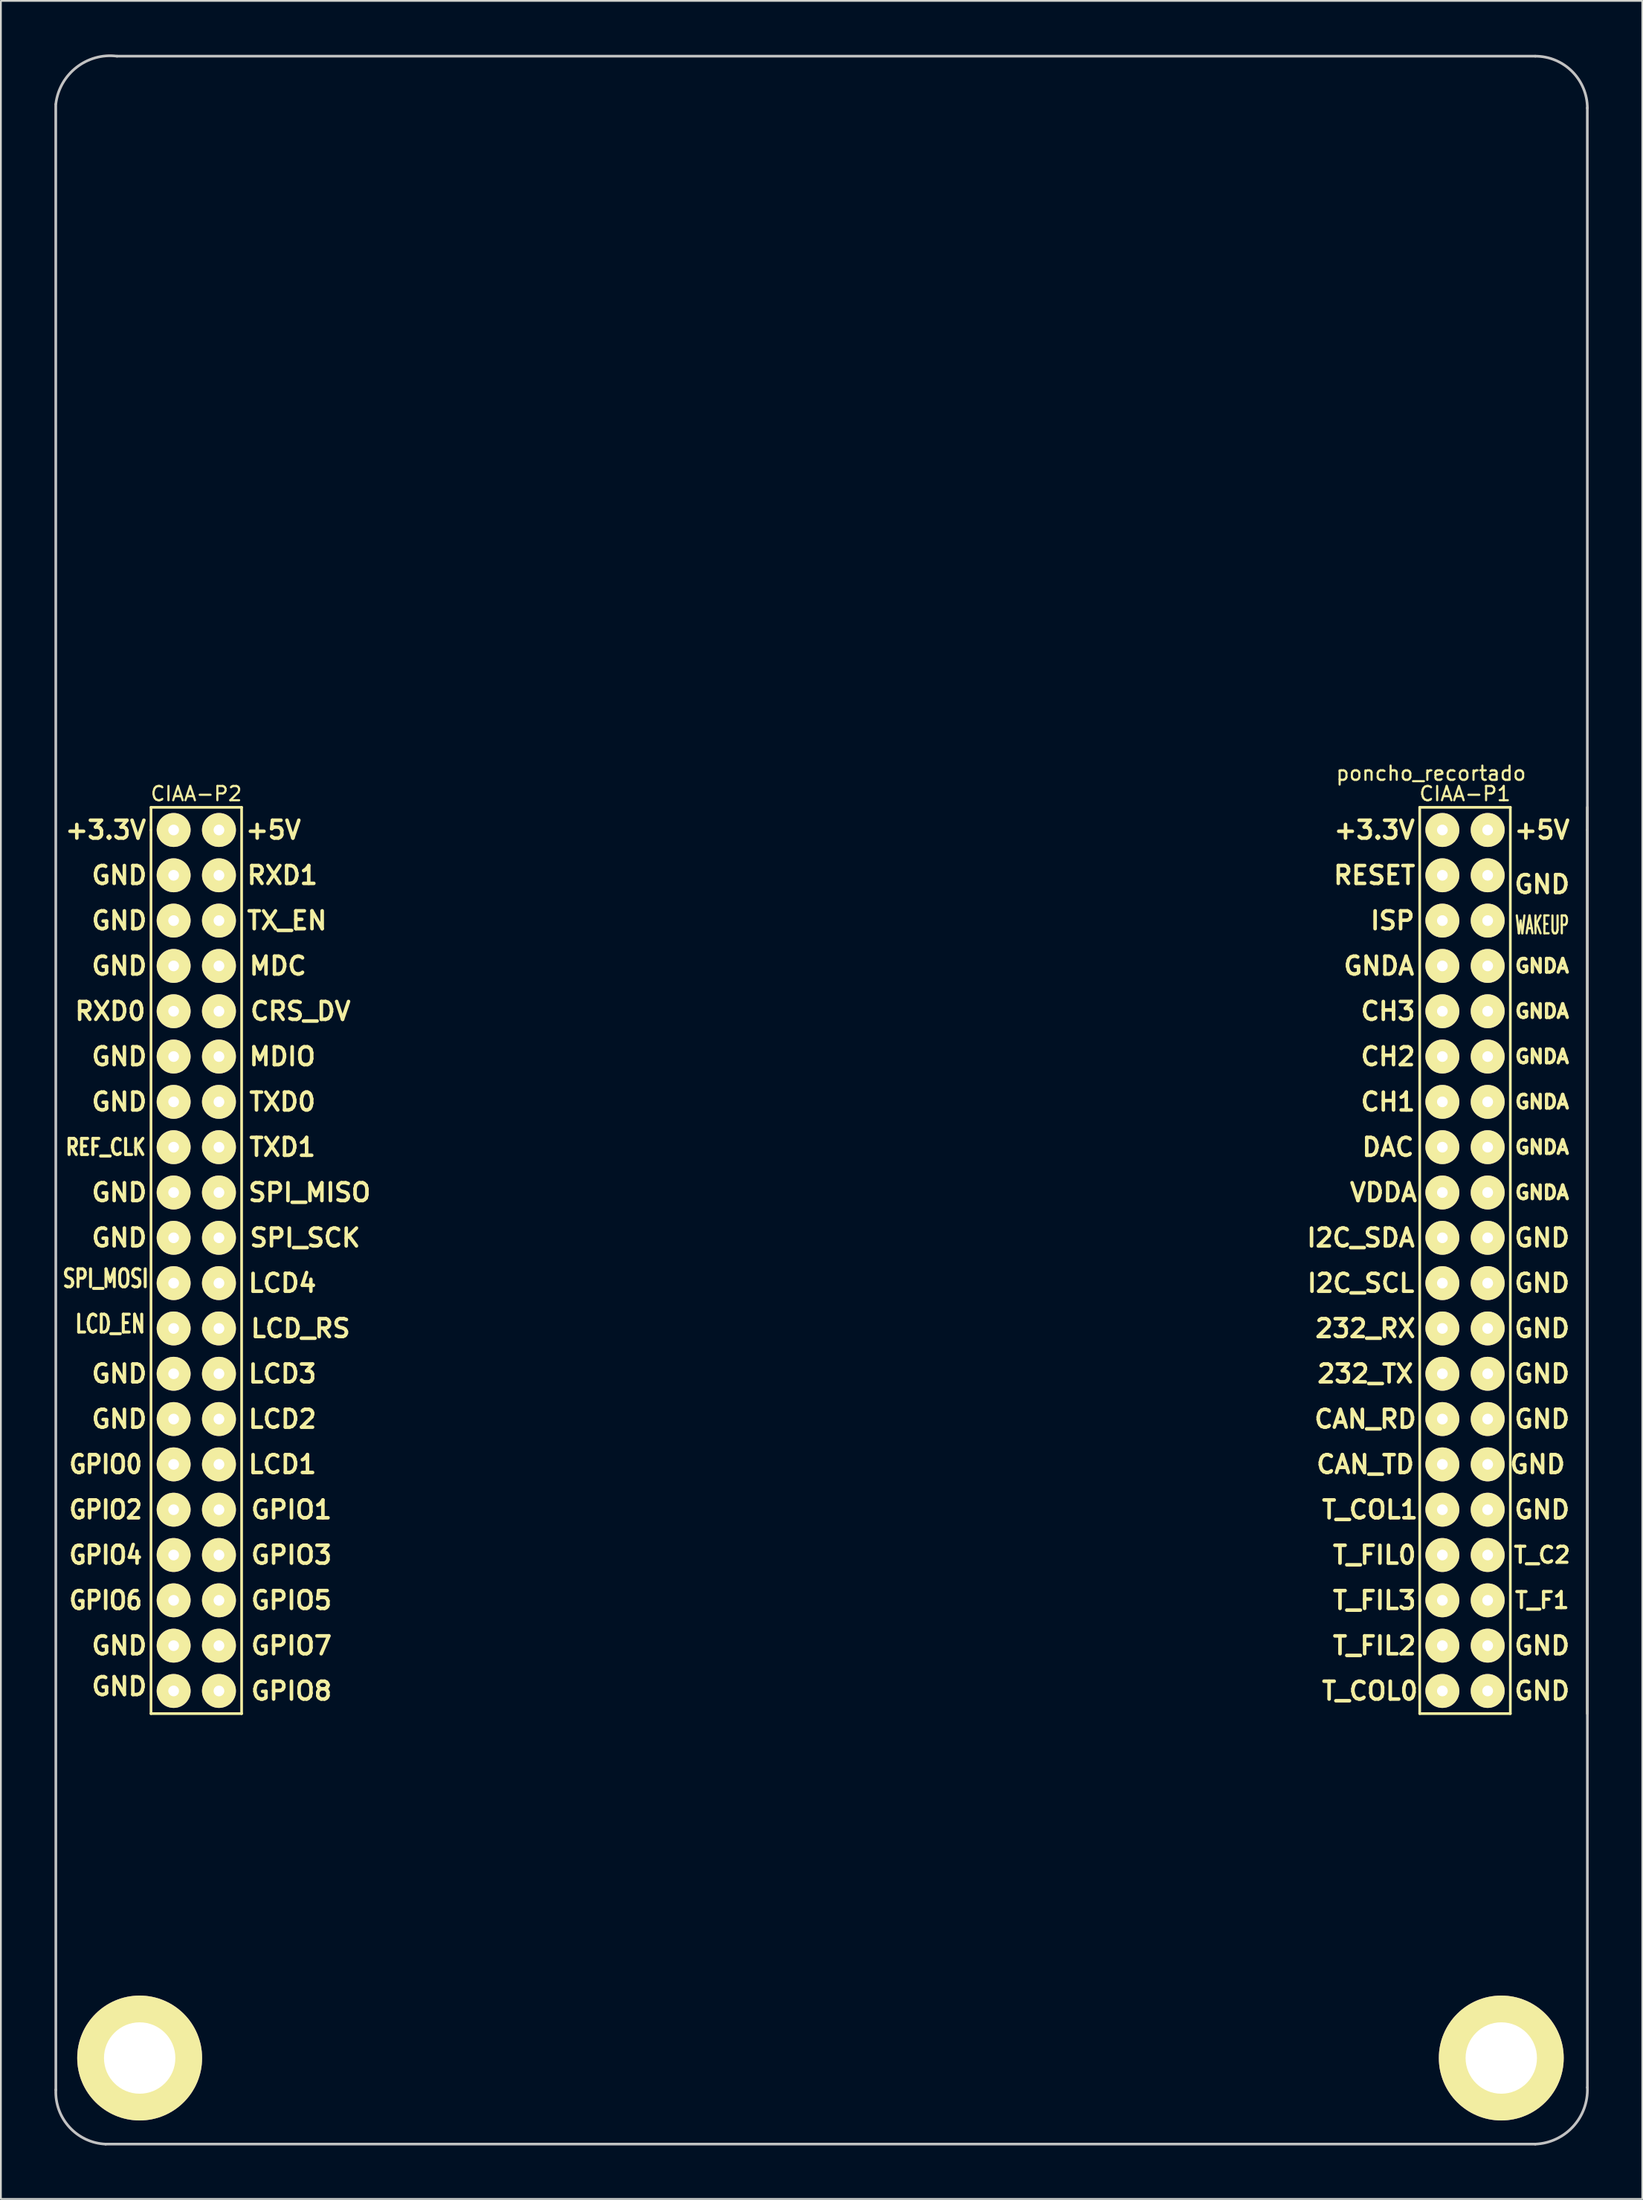
<source format=kicad_pcb>
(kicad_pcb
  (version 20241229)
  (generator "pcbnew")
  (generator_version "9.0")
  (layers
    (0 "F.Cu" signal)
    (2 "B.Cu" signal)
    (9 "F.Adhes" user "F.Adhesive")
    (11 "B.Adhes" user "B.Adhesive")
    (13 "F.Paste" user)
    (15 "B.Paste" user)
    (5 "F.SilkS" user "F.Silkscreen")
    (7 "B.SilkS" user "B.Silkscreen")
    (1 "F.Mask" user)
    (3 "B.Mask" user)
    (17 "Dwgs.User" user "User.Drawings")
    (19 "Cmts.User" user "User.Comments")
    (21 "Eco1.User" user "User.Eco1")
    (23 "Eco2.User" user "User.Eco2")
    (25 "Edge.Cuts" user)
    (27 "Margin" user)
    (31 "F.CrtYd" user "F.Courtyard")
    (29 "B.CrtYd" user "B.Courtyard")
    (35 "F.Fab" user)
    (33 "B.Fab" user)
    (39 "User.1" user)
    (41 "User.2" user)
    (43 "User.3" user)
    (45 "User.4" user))
  (footprint "poncho_recortado"
    (layer "F.Cu")
    (at 77.804 43.472)
    (property "Reference" "poncho_recortado" (at -0.635 -3.175 0) (layer "F.SilkS") (effects (font (size 0.8 0.8) (thickness 0.12))))
    (attr through_hole)
    (fp_line (start -72.39 -1.27) (end -67.31 -1.27) (stroke (width 0.15) (type solid)) (layer "F.SilkS"))
    (fp_line (start -72.39 0) (end -72.39 -1.27) (stroke (width 0.15) (type solid)) (layer "F.SilkS"))
    (fp_line (start -72.39 49.53) (end -72.39 0) (stroke (width 0.15) (type solid)) (layer "F.SilkS"))
    (fp_line (start -67.31 -1.27) (end -67.31 49.53) (stroke (width 0.15) (type solid)) (layer "F.SilkS"))
    (fp_line (start -67.31 49.53) (end -72.39 49.53) (stroke (width 0.15) (type solid)) (layer "F.SilkS"))
    (fp_line (start -1.27 49.53) (end -1.27 -1.27) (stroke (width 0.15) (type solid)) (layer "F.SilkS"))
    (fp_line (start 3.81 -1.27) (end -1.27 -1.27) (stroke (width 0.15) (type solid)) (layer "F.SilkS"))
    (fp_line (start 3.81 49.53) (end -1.27 49.53) (stroke (width 0.15) (type solid)) (layer "F.SilkS"))
    (fp_line (start 3.81 49.53) (end 3.81 -1.27) (stroke (width 0.15) (type solid)) (layer "F.SilkS"))
    (fp_line (start 8.128 0) (end 8.128 -1.27) (stroke (width 0.15) (type solid)) (layer "F.SilkS"))
    (fp_line (start 8.128 0) (end 8.128 49.53) (stroke (width 0.15) (type solid)) (layer "F.SilkS"))
    (fp_line (start -77.724 70.612) (end -77.729 -40.663) (stroke (width 0.15) (type solid)) (layer "Dwgs.User"))
    (fp_line (start -74.295 -43.373) (end 5.207 -43.373) (stroke (width 0.15) (type solid)) (layer "Dwgs.User"))
    (fp_line (start 5.207 73.66) (end -74.93 73.66) (stroke (width 0.15) (type solid)) (layer "Dwgs.User"))
    (fp_line (start 8.125 -40.48) (end 8.128 70.485) (stroke (width 0.15) (type solid)) (layer "Dwgs.User"))
    (fp_arc (start -77.724 -40.706) (mid -76.561854 -42.749669) (end -74.295 -43.373) (stroke (width 0.15) (type solid)) (layer "Dwgs.User"))
    (fp_arc (start -74.93 73.66) (mid -76.958261 72.714656) (end -77.724 70.612) (stroke (width 0.15) (type solid)) (layer "Dwgs.User"))
    (fp_arc (start 5.207 -43.373) (mid 7.272459 -42.517459) (end 8.128 -40.452) (stroke (width 0.15) (type solid)) (layer "Dwgs.User"))
    (fp_arc (start 8.128 70.485) (mid 7.325064 72.677459) (end 5.207 73.66) (stroke (width 0.15) (type solid)) (layer "Dwgs.User"))
    (fp_text user "LCD1" (at -65.024 35.56 0) (layer "F.SilkS") (effects (font (size 1 1) (thickness 0.2))))
    (fp_text user "GND" (at -74.168 12.7 0) (layer "F.SilkS") (effects (font (size 1 1) (thickness 0.2))))
    (fp_text user "VDDA" (at -3.302 20.32 0) (layer "F.SilkS") (effects (font (size 1 1) (thickness 0.2))))
    (fp_text user "GPIO7" (at -64.516 45.72 0) (layer "F.SilkS") (effects (font (size 1 1) (thickness 0.2))))
    (fp_text user "GPIO2" (at -74.93 38.1 0) (layer "F.SilkS") (effects (font (size 1 0.9) (thickness 0.2))))
    (fp_text user "GND" (at -74.168 22.86 0) (layer "F.SilkS") (effects (font (size 1 1) (thickness 0.2))))
    (fp_text user "T_FIL2" (at -3.81 45.72 0) (layer "F.SilkS") (effects (font (size 1 1) (thickness 0.2))))
    (fp_text user "TXD0" (at -65.024 15.24 0) (layer "F.SilkS") (effects (font (size 1 1) (thickness 0.2))))
    (fp_text user "GND" (at -74.168 7.62 0) (layer "F.SilkS") (effects (font (size 1 1) (thickness 0.2))))
    (fp_text user "+3.3V" (at -74.93 0 0) (layer "F.SilkS") (effects (font (size 1 1) (thickness 0.2))))
    (fp_text user "GNDA" (at 5.588 15.24 0) (layer "F.SilkS") (effects (font (size 0.76 0.76) (thickness 0.19))))
    (fp_text user "RXD0" (at -74.676 10.16 0) (layer "F.SilkS") (effects (font (size 1 1) (thickness 0.2))))
    (fp_text user "SPI_MISO" (at -63.5 20.32 0) (layer "F.SilkS") (effects (font (size 1 1) (thickness 0.2))))
    (fp_text user "GPIO0" (at -74.93 35.56 0) (layer "F.SilkS") (effects (font (size 1 0.9) (thickness 0.2))))
    (fp_text user "CIAA-P2" (at -69.85 -2.032 0) (layer "F.SilkS") (effects (font (size 0.8 0.8) (thickness 0.12))))
    (fp_text user "RXD1" (at -65.024 2.54 0) (layer "F.SilkS") (effects (font (size 1 1) (thickness 0.2))))
    (fp_text user "GPIO8" (at -64.516 48.26 0) (layer "F.SilkS") (effects (font (size 1 1) (thickness 0.2))))
    (fp_text user "ISP" (at -2.794 5.08 0) (layer "F.SilkS") (effects (font (size 1 1) (thickness 0.2))))
    (fp_text user "GND" (at 5.588 38.1 0) (layer "F.SilkS") (effects (font (size 1 1) (thickness 0.2))))
    (fp_text user "+5V" (at -65.532 0 0) (layer "F.SilkS") (effects (font (size 1 1) (thickness 0.2))))
    (fp_text user "T_COL1" (at -4.064 38.1 0) (layer "F.SilkS") (effects (font (size 1 1) (thickness 0.2))))
    (fp_text user "CAN_RD" (at -4.318 33.02 0) (layer "F.SilkS") (effects (font (size 1 1) (thickness 0.2))))
    (fp_text user "GND" (at -74.168 30.48 0) (layer "F.SilkS") (effects (font (size 1 1) (thickness 0.2))))
    (fp_text user "T_COL0" (at -4.064 48.26 0) (layer "F.SilkS") (effects (font (size 1 1) (thickness 0.2))))
    (fp_text user "TX_EN" (at -64.77 5.08 0) (layer "F.SilkS") (effects (font (size 1 1) (thickness 0.2))))
    (fp_text user "GND" (at -74.168 48.006 0) (layer "F.SilkS") (effects (font (size 1 1) (thickness 0.2))))
    (fp_text user "SPI_MOSI" (at -74.93 25.146 0) (layer "F.SilkS") (effects (font (size 1 0.7) (thickness 0.17))))
    (fp_text user "GND" (at 5.588 33.02 0) (layer "F.SilkS") (effects (font (size 1 1) (thickness 0.2))))
    (fp_text user "GND" (at 5.334 35.56 0) (layer "F.SilkS") (effects (font (size 1 1) (thickness 0.2))))
    (fp_text user "GND" (at 5.588 27.94 0) (layer "F.SilkS") (effects (font (size 1 1) (thickness 0.2))))
    (fp_text user "SPI_SCK" (at -63.754 22.86 0) (layer "F.SilkS") (effects (font (size 1 1) (thickness 0.2))))
    (fp_text user "GPIO4" (at -74.93 40.64 0) (layer "F.SilkS") (effects (font (size 1 0.9) (thickness 0.2))))
    (fp_text user "+3.3V" (at -3.81 0 0) (layer "F.SilkS") (effects (font (size 1 1) (thickness 0.2))))
    (fp_text user "232_RX" (at -4.318 27.94 0) (layer "F.SilkS") (effects (font (size 1 1) (thickness 0.2))))
    (fp_text user "LCD_RS" (at -64.008 27.94 0) (layer "F.SilkS") (effects (font (size 1 1) (thickness 0.2))))
    (fp_text user "GND" (at 5.588 3.048 0) (layer "F.SilkS") (effects (font (size 1 1) (thickness 0.2))))
    (fp_text user "CAN_TD" (at -4.318 35.56 0) (layer "F.SilkS") (effects (font (size 1 1) (thickness 0.2))))
    (fp_text user "GND" (at -74.168 15.24 0) (layer "F.SilkS") (effects (font (size 1 1) (thickness 0.2))))
    (fp_text user "TXD1" (at -65.024 17.78 0) (layer "F.SilkS") (effects (font (size 1 1) (thickness 0.2))))
    (fp_text user "GND" (at 5.588 48.26 0) (layer "F.SilkS") (effects (font (size 1 1) (thickness 0.2))))
    (fp_text user "CH2" (at -3.048 12.7 0) (layer "F.SilkS") (effects (font (size 1 1) (thickness 0.2))))
    (fp_text user "DAC" (at -3.048 17.78 0) (layer "F.SilkS") (effects (font (size 1 1) (thickness 0.2))))
    (fp_text user "GND" (at 5.588 30.48 0) (layer "F.SilkS") (effects (font (size 1 1) (thickness 0.2))))
    (fp_text user "GPIO5" (at -64.516 43.18 0) (layer "F.SilkS") (effects (font (size 1 1) (thickness 0.2))))
    (fp_text user "T_C2" (at 5.588 40.64 0) (layer "F.SilkS") (effects (font (size 0.9 0.9) (thickness 0.18))))
    (fp_text user "GNDA" (at 5.588 17.78 0) (layer "F.SilkS") (effects (font (size 0.76 0.76) (thickness 0.19))))
    (fp_text user "GNDA" (at -3.556 7.62 0) (layer "F.SilkS") (effects (font (size 1 1) (thickness 0.2))))
    (fp_text user "GND" (at -74.168 20.32 0) (layer "F.SilkS") (effects (font (size 1 1) (thickness 0.2))))
    (fp_text user "GND" (at -74.168 5.08 0) (layer "F.SilkS") (effects (font (size 1 1) (thickness 0.2))))
    (fp_text user "GND" (at -74.168 33.02 0) (layer "F.SilkS") (effects (font (size 1 1) (thickness 0.2))))
    (fp_text user "GND" (at 5.588 25.4 0) (layer "F.SilkS") (effects (font (size 1 1) (thickness 0.2))))
    (fp_text user "GNDA" (at 5.588 10.16 0) (layer "F.SilkS") (effects (font (size 0.76 0.76) (thickness 0.19))))
    (fp_text user "T_F1" (at 5.588 43.18 0) (layer "F.SilkS") (effects (font (size 0.9 0.9) (thickness 0.18))))
    (fp_text user "LCD4" (at -65.024 25.4 0) (layer "F.SilkS") (effects (font (size 1 1) (thickness 0.2))))
    (fp_text user "GND" (at -74.168 2.54 0) (layer "F.SilkS") (effects (font (size 1 1) (thickness 0.2))))
    (fp_text user "232_TX" (at -4.318 30.48 0) (layer "F.SilkS") (effects (font (size 1 1) (thickness 0.2))))
    (fp_text user "+5V" (at 5.588 0 0) (layer "F.SilkS") (effects (font (size 1 1) (thickness 0.2))))
    (fp_text user "WAKEUP" (at 5.588 5.334 0) (layer "F.SilkS") (effects (font (size 1 0.5) (thickness 0.125))))
    (fp_text user "LCD2" (at -65.024 33.02 0) (layer "F.SilkS") (effects (font (size 1 1) (thickness 0.2))))
    (fp_text user "GNDA" (at 5.588 20.32 0) (layer "F.SilkS") (effects (font (size 0.76 0.76) (thickness 0.19))))
    (fp_text user "GND" (at 5.588 22.86 0) (layer "F.SilkS") (effects (font (size 1 1) (thickness 0.2))))
    (fp_text user "CRS_DV" (at -64.008 10.16 0) (layer "F.SilkS") (effects (font (size 1 1) (thickness 0.2))))
    (fp_text user "LCD3" (at -65.024 30.48 0) (layer "F.SilkS") (effects (font (size 1 1) (thickness 0.2))))
    (fp_text user "GND" (at -74.168 45.72 0) (layer "F.SilkS") (effects (font (size 1 1) (thickness 0.2))))
    (fp_text user "MDIO" (at -65.024 12.7 0) (layer "F.SilkS") (effects (font (size 1 1) (thickness 0.2))))
    (fp_text user "GPIO1" (at -64.516 38.1 0) (layer "F.SilkS") (effects (font (size 1 1) (thickness 0.2))))
    (fp_text user "MDC" (at -65.278 7.62 0) (layer "F.SilkS") (effects (font (size 1 1) (thickness 0.2))))
    (fp_text user "CH3" (at -3.048 10.16 0) (layer "F.SilkS") (effects (font (size 1 1) (thickness 0.2))))
    (fp_text user "GNDA" (at 5.588 12.7 0) (layer "F.SilkS") (effects (font (size 0.76 0.76) (thickness 0.19))))
    (fp_text user "GPIO6" (at -74.93 43.18 0) (layer "F.SilkS") (effects (font (size 1 0.9) (thickness 0.2))))
    (fp_text user "I2C_SDA" (at -4.572 22.86 0) (layer "F.SilkS") (effects (font (size 1 1) (thickness 0.2))))
    (fp_text user "GPIO3" (at -64.516 40.64 0) (layer "F.SilkS") (effects (font (size 1 1) (thickness 0.2))))
    (fp_text user "CIAA-P1" (at 1.27 -2.032 0) (layer "F.SilkS") (effects (font (size 0.8 0.8) (thickness 0.12))))
    (fp_text user "REF_CLK" (at -74.93 17.78 0) (layer "F.SilkS") (effects (font (size 0.9 0.7) (thickness 0.175))))
    (fp_text user "T_FIL3" (at -3.81 43.18 0) (layer "F.SilkS") (effects (font (size 1 1) (thickness 0.2))))
    (fp_text user "GND" (at 5.588 45.72 0) (layer "F.SilkS") (effects (font (size 1 1) (thickness 0.2))))
    (fp_text user "GNDA" (at 5.588 7.62 0) (layer "F.SilkS") (effects (font (size 0.76 0.76) (thickness 0.19))))
    (fp_text user "RESET" (at -3.81 2.54 0) (layer "F.SilkS") (effects (font (size 1 1) (thickness 0.2))))
    (fp_text user "CH1" (at -3.048 15.24 0) (layer "F.SilkS") (effects (font (size 1 1) (thickness 0.2))))
    (fp_text user "T_FIL0" (at -3.81 40.64 0) (layer "F.SilkS") (effects (font (size 1 1) (thickness 0.2))))
    (fp_text user "I2C_SCL" (at -4.572 25.4 0) (layer "F.SilkS") (effects (font (size 1 1) (thickness 0.2))))
    (fp_text user "LCD_EN" (at -74.676 27.686 0) (layer "F.SilkS") (effects (font (size 1 0.7) (thickness 0.17))))
    (pad "1" thru_hole circle (at 0 0 270) (size 1.9 1.9) (drill 0.6) (layers "*.Cu" "*.Mask" "F.SilkS"))
    (pad "2" thru_hole circle (at 2.54 0 270) (size 1.9 1.9) (drill 0.6) (layers "*.Cu" "*.Mask" "F.SilkS"))
    (pad "3" thru_hole circle (at 0 2.54 270) (size 1.9 1.9) (drill 0.6) (layers "*.Cu" "*.Mask" "F.SilkS"))
    (pad "4" thru_hole circle (at 2.54 2.54 270) (size 1.9 1.9) (drill 0.6) (layers "*.Cu" "*.Mask" "F.SilkS"))
    (pad "5" thru_hole circle (at 0 5.08 270) (size 1.9 1.9) (drill 0.6) (layers "*.Cu" "*.Mask" "F.SilkS"))
    (pad "6" thru_hole circle (at 2.54 5.08 270) (size 1.9 1.9) (drill 0.6) (layers "*.Cu" "*.Mask" "F.SilkS"))
    (pad "7" thru_hole circle (at 0 7.62 270) (size 1.9 1.9) (drill 0.6) (layers "*.Cu" "*.Mask" "F.SilkS"))
    (pad "8" thru_hole circle (at 2.54 7.62 270) (size 1.9 1.9) (drill 0.6) (layers "*.Cu" "*.Mask" "F.SilkS"))
    (pad "9" thru_hole circle (at 0 10.16 270) (size 1.9 1.9) (drill 0.6) (layers "*.Cu" "*.Mask" "F.SilkS"))
    (pad "10" thru_hole circle (at 2.54 10.16 270) (size 1.9 1.9) (drill 0.6) (layers "*.Cu" "*.Mask" "F.SilkS"))
    (pad "11" thru_hole circle (at 0 12.7 270) (size 1.9 1.9) (drill 0.6) (layers "*.Cu" "*.Mask" "F.SilkS"))
    (pad "12" thru_hole circle (at 2.54 12.7 270) (size 1.9 1.9) (drill 0.6) (layers "*.Cu" "*.Mask" "F.SilkS"))
    (pad "13" thru_hole circle (at 0 15.24 270) (size 1.9 1.9) (drill 0.6) (layers "*.Cu" "*.Mask" "F.SilkS"))
    (pad "14" thru_hole circle (at 2.54 15.24 270) (size 1.9 1.9) (drill 0.6) (layers "*.Cu" "*.Mask" "F.SilkS"))
    (pad "15" thru_hole circle (at 0 17.78 270) (size 1.9 1.9) (drill 0.6) (layers "*.Cu" "*.Mask" "F.SilkS"))
    (pad "16" thru_hole circle (at 2.54 17.78 270) (size 1.9 1.9) (drill 0.6) (layers "*.Cu" "*.Mask" "F.SilkS"))
    (pad "17" thru_hole circle (at 0 20.32 270) (size 1.9 1.9) (drill 0.6) (layers "*.Cu" "*.Mask" "F.SilkS"))
    (pad "18" thru_hole circle (at 2.54 20.32 270) (size 1.9 1.9) (drill 0.6) (layers "*.Cu" "*.Mask" "F.SilkS"))
    (pad "19" thru_hole circle (at 0 22.86 270) (size 1.9 1.9) (drill 0.6) (layers "*.Cu" "*.Mask" "F.SilkS"))
    (pad "20" thru_hole circle (at 2.54 22.86 270) (size 1.9 1.9) (drill 0.6) (layers "*.Cu" "*.Mask" "F.SilkS"))
    (pad "21" thru_hole circle (at 0 25.4 270) (size 1.9 1.9) (drill 0.6) (layers "*.Cu" "*.Mask" "F.SilkS"))
    (pad "22" thru_hole circle (at 2.54 25.4 270) (size 1.9 1.9) (drill 0.6) (layers "*.Cu" "*.Mask" "F.SilkS"))
    (pad "23" thru_hole circle (at 0 27.94 270) (size 1.9 1.9) (drill 0.6) (layers "*.Cu" "*.Mask" "F.SilkS"))
    (pad "24" thru_hole circle (at 2.54 27.94 270) (size 1.9 1.9) (drill 0.6) (layers "*.Cu" "*.Mask" "F.SilkS"))
    (pad "25" thru_hole circle (at 0 30.48 270) (size 1.9 1.9) (drill 0.6) (layers "*.Cu" "*.Mask" "F.SilkS"))
    (pad "26" thru_hole circle (at 2.54 30.48 270) (size 1.9 1.9) (drill 0.6) (layers "*.Cu" "*.Mask" "F.SilkS"))
    (pad "27" thru_hole circle (at 0 33.02 270) (size 1.9 1.9) (drill 0.6) (layers "*.Cu" "*.Mask" "F.SilkS"))
    (pad "28" thru_hole circle (at 2.54 33.02 270) (size 1.9 1.9) (drill 0.6) (layers "*.Cu" "*.Mask" "F.SilkS"))
    (pad "29" thru_hole circle (at 0 35.56 270) (size 1.9 1.9) (drill 0.6) (layers "*.Cu" "*.Mask" "F.SilkS"))
    (pad "30" thru_hole circle (at 2.54 35.56 270) (size 1.9 1.9) (drill 0.6) (layers "*.Cu" "*.Mask" "F.SilkS"))
    (pad "31" thru_hole circle (at 0 38.1 270) (size 1.9 1.9) (drill 0.6) (layers "*.Cu" "*.Mask" "F.SilkS"))
    (pad "32" thru_hole circle (at 2.54 38.1 270) (size 1.9 1.9) (drill 0.6) (layers "*.Cu" "*.Mask" "F.SilkS"))
    (pad "33" thru_hole circle (at 0 40.64 270) (size 1.9 1.9) (drill 0.6) (layers "*.Cu" "*.Mask" "F.SilkS"))
    (pad "34" thru_hole circle (at 2.54 40.64 270) (size 1.9 1.9) (drill 0.6) (layers "*.Cu" "*.Mask" "F.SilkS"))
    (pad "35" thru_hole circle (at 0 43.18 270) (size 1.9 1.9) (drill 0.6) (layers "*.Cu" "*.Mask" "F.SilkS"))
    (pad "36" thru_hole circle (at 2.54 43.18 270) (size 1.9 1.9) (drill 0.6) (layers "*.Cu" "*.Mask" "F.SilkS"))
    (pad "37" thru_hole circle (at 0 45.72 270) (size 1.9 1.9) (drill 0.6) (layers "*.Cu" "*.Mask" "F.SilkS"))
    (pad "38" thru_hole circle (at 2.54 45.72 270) (size 1.9 1.9) (drill 0.6) (layers "*.Cu" "*.Mask" "F.SilkS"))
    (pad "39" thru_hole circle (at 0 48.26 270) (size 1.9 1.9) (drill 0.6) (layers "*.Cu" "*.Mask" "F.SilkS"))
    (pad "40" thru_hole circle (at 2.54 48.26 270) (size 1.9 1.9) (drill 0.6) (layers "*.Cu" "*.Mask" "F.SilkS"))
    (pad "41" thru_hole circle (at -71.12 0 270) (size 1.9 1.9) (drill 0.6) (layers "*.Cu" "*.Mask" "F.SilkS"))
    (pad "42" thru_hole circle (at -68.58 0 270) (size 1.9 1.9) (drill 0.6) (layers "*.Cu" "*.Mask" "F.SilkS"))
    (pad "43" thru_hole circle (at -71.12 2.54 270) (size 1.9 1.9) (drill 0.6) (layers "*.Cu" "*.Mask" "F.SilkS"))
    (pad "44" thru_hole circle (at -68.58 2.54 270) (size 1.9 1.9) (drill 0.6) (layers "*.Cu" "*.Mask" "F.SilkS"))
    (pad "45" thru_hole circle (at -71.12 5.08 270) (size 1.9 1.9) (drill 0.6) (layers "*.Cu" "*.Mask" "F.SilkS"))
    (pad "46" thru_hole circle (at -68.58 5.08 270) (size 1.9 1.9) (drill 0.6) (layers "*.Cu" "*.Mask" "F.SilkS"))
    (pad "47" thru_hole circle (at -71.12 7.62 270) (size 1.9 1.9) (drill 0.6) (layers "*.Cu" "*.Mask" "F.SilkS"))
    (pad "48" thru_hole circle (at -68.58 7.62 270) (size 1.9 1.9) (drill 0.6) (layers "*.Cu" "*.Mask" "F.SilkS"))
    (pad "49" thru_hole circle (at -71.12 10.16 270) (size 1.9 1.9) (drill 0.6) (layers "*.Cu" "*.Mask" "F.SilkS"))
    (pad "50" thru_hole circle (at -68.58 10.16 270) (size 1.9 1.9) (drill 0.6) (layers "*.Cu" "*.Mask" "F.SilkS"))
    (pad "51" thru_hole circle (at -71.12 12.7 270) (size 1.9 1.9) (drill 0.6) (layers "*.Cu" "*.Mask" "F.SilkS"))
    (pad "52" thru_hole circle (at -68.58 12.7 270) (size 1.9 1.9) (drill 0.6) (layers "*.Cu" "*.Mask" "F.SilkS"))
    (pad "53" thru_hole circle (at -71.12 15.24 270) (size 1.9 1.9) (drill 0.6) (layers "*.Cu" "*.Mask" "F.SilkS"))
    (pad "54" thru_hole circle (at -68.58 15.24 270) (size 1.9 1.9) (drill 0.6) (layers "*.Cu" "*.Mask" "F.SilkS"))
    (pad "55" thru_hole circle (at -71.12 17.78 270) (size 1.9 1.9) (drill 0.6) (layers "*.Cu" "*.Mask" "F.SilkS"))
    (pad "56" thru_hole circle (at -68.58 17.78 270) (size 1.9 1.9) (drill 0.6) (layers "*.Cu" "*.Mask" "F.SilkS"))
    (pad "57" thru_hole circle (at -71.12 20.32 270) (size 1.9 1.9) (drill 0.6) (layers "*.Cu" "*.Mask" "F.SilkS"))
    (pad "58" thru_hole circle (at -68.58 20.32 270) (size 1.9 1.9) (drill 0.6) (layers "*.Cu" "*.Mask" "F.SilkS"))
    (pad "59" thru_hole circle (at -71.12 22.86 270) (size 1.9 1.9) (drill 0.6) (layers "*.Cu" "*.Mask" "F.SilkS"))
    (pad "60" thru_hole circle (at -68.58 22.86 270) (size 1.9 1.9) (drill 0.6) (layers "*.Cu" "*.Mask" "F.SilkS"))
    (pad "61" thru_hole circle (at -71.12 25.4 270) (size 1.9 1.9) (drill 0.6) (layers "*.Cu" "*.Mask" "F.SilkS"))
    (pad "62" thru_hole circle (at -68.58 25.4 270) (size 1.9 1.9) (drill 0.6) (layers "*.Cu" "*.Mask" "F.SilkS"))
    (pad "63" thru_hole circle (at -71.12 27.94 270) (size 1.9 1.9) (drill 0.6) (layers "*.Cu" "*.Mask" "F.SilkS"))
    (pad "64" thru_hole circle (at -68.58 27.94 270) (size 1.9 1.9) (drill 0.6) (layers "*.Cu" "*.Mask" "F.SilkS"))
    (pad "65" thru_hole circle (at -71.12 30.48 270) (size 1.9 1.9) (drill 0.6) (layers "*.Cu" "*.Mask" "F.SilkS"))
    (pad "66" thru_hole circle (at -68.58 30.48 270) (size 1.9 1.9) (drill 0.6) (layers "*.Cu" "*.Mask" "F.SilkS"))
    (pad "67" thru_hole circle (at -71.12 33.02 270) (size 1.9 1.9) (drill 0.6) (layers "*.Cu" "*.Mask" "F.SilkS"))
    (pad "68" thru_hole circle (at -68.58 33.02 270) (size 1.9 1.9) (drill 0.6) (layers "*.Cu" "*.Mask" "F.SilkS"))
    (pad "69" thru_hole circle (at -71.12 35.56 270) (size 1.9 1.9) (drill 0.6) (layers "*.Cu" "*.Mask" "F.SilkS"))
    (pad "70" thru_hole circle (at -68.58 35.56 270) (size 1.9 1.9) (drill 0.6) (layers "*.Cu" "*.Mask" "F.SilkS"))
    (pad "71" thru_hole circle (at -71.12 38.1 270) (size 1.9 1.9) (drill 0.6) (layers "*.Cu" "*.Mask" "F.SilkS"))
    (pad "72" thru_hole circle (at -68.58 38.1 270) (size 1.9 1.9) (drill 0.6) (layers "*.Cu" "*.Mask" "F.SilkS"))
    (pad "73" thru_hole circle (at -71.12 40.64 270) (size 1.9 1.9) (drill 0.6) (layers "*.Cu" "*.Mask" "F.SilkS"))
    (pad "74" thru_hole circle (at -68.58 40.64 270) (size 1.9 1.9) (drill 0.6) (layers "*.Cu" "*.Mask" "F.SilkS"))
    (pad "75" thru_hole circle (at -71.12 43.18 270) (size 1.9 1.9) (drill 0.6) (layers "*.Cu" "*.Mask" "F.SilkS"))
    (pad "76" thru_hole circle (at -68.58 43.18 270) (size 1.9 1.9) (drill 0.6) (layers "*.Cu" "*.Mask" "F.SilkS"))
    (pad "77" thru_hole circle (at -71.12 45.72 270) (size 1.9 1.9) (drill 0.6) (layers "*.Cu" "*.Mask" "F.SilkS"))
    (pad "78" thru_hole circle (at -68.58 45.72 270) (size 1.9 1.9) (drill 0.6) (layers "*.Cu" "*.Mask" "F.SilkS"))
    (pad "79" thru_hole circle (at -71.12 48.26 270) (size 1.9 1.9) (drill 0.6) (layers "*.Cu" "*.Mask" "F.SilkS"))
    (pad "80" thru_hole circle (at -68.58 48.26 270) (size 1.9 1.9) (drill 0.6) (layers "*.Cu" "*.Mask" "F.SilkS"))
    (pad "~" thru_hole circle (at -73.025 68.834 270) (size 7 7) (drill 4) (layers "*.Cu" "*.Mask" "F.SilkS"))
    (pad "~" thru_hole circle (at 3.302 68.834 270) (size 7 7) (drill 4) (layers "*.Cu" "*.Mask" "F.SilkS")))
  (gr_rect
    (start -3 -3)
    (end 89.01 120.207)
    (stroke (width 0.1) (type default))
    (fill no)
    (layer "Edge.Cuts")))
</source>
